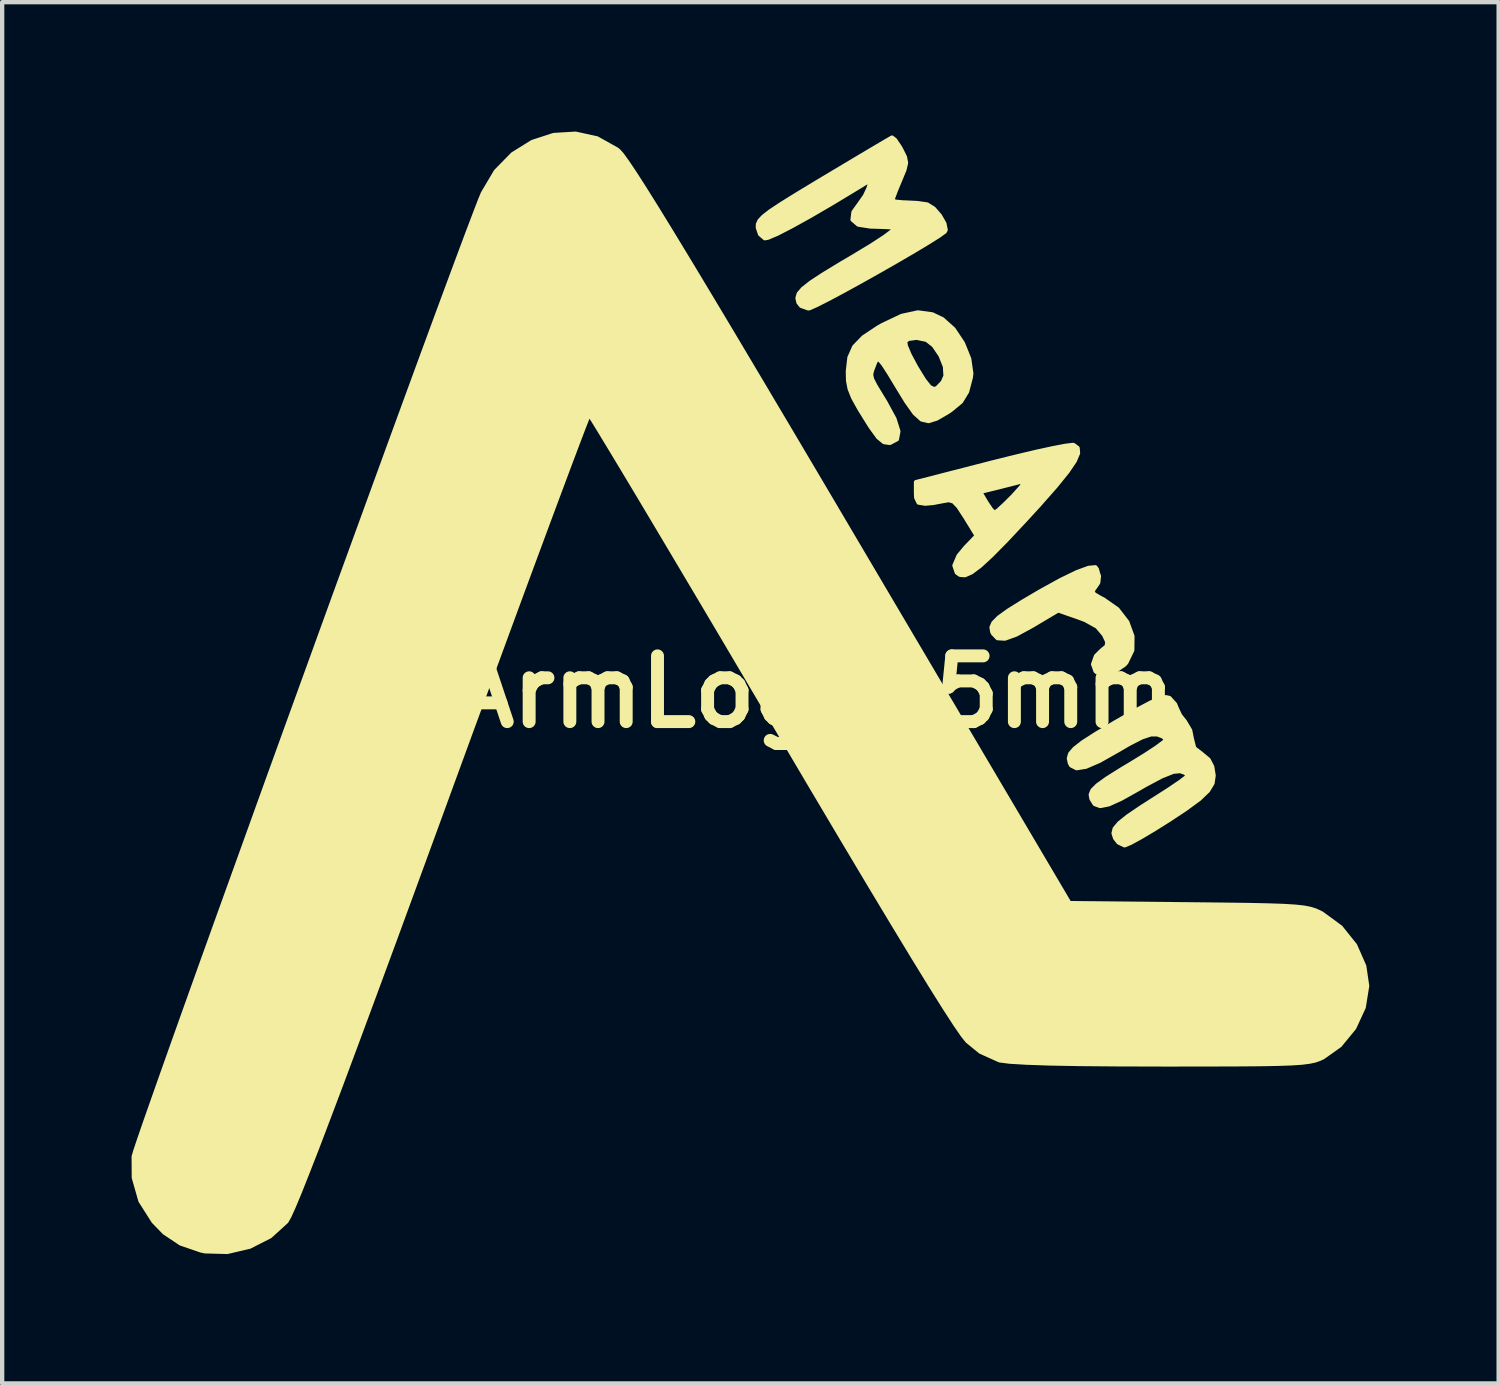
<source format=kicad_pcb>
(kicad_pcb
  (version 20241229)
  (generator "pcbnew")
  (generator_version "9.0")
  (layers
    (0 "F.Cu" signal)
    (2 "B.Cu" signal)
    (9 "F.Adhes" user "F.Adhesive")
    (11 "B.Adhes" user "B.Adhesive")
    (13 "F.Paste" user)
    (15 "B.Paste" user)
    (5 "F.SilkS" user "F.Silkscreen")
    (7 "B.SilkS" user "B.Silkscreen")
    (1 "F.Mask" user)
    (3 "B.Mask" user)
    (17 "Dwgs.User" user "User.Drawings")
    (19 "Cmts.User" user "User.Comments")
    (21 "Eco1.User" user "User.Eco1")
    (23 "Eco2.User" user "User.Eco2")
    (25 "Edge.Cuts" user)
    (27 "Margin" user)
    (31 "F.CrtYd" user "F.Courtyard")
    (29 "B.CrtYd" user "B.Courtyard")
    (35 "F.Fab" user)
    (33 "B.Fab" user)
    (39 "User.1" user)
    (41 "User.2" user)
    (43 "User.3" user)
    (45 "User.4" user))
  (footprint "MeArmLogo25mm"
    (layer "F.Cu")
    (at 14.333 12.989)
    (property "Reference" "MeArmLogo25mm" (at 0 0 0) (layer "F.SilkS") (effects (font (size 1.524 1.524) (thickness 0.3))))
    (attr through_hole)
    (fp_poly (pts (xy 8.868 -1.29) (xy 8.864 -0.965) (xy 8.726 -0.68) (xy 8.682 -0.631) (xy 8.47 -0.486) (xy 8.238 -0.422) (xy 8.05 -0.453) (xy 8.015 -0.48) (xy 7.958 -0.641) (xy 8.024 -0.83) (xy 8.149 -0.955) (xy 8.274 -1.058) (xy 8.287 -1.162) (xy 8.21 -1.326) (xy 8.052 -1.513) (xy 7.778 -1.666) (xy 7.613 -1.728) (xy 7.146 -1.89) (xy 6.537 -1.528) (xy 6.171 -1.329) (xy 5.913 -1.236) (xy 5.742 -1.246) (xy 5.637 -1.356) (xy 5.619 -1.396) (xy 5.603 -1.496) (xy 5.647 -1.599) (xy 5.77 -1.723) (xy 5.989 -1.881) (xy 6.323 -2.09) (xy 6.726 -2.327) (xy 7.196 -2.587) (xy 7.575 -2.771) (xy 7.85 -2.873) (xy 8.009 -2.888) (xy 8.043 -2.843) (xy 8.07 -2.743) (xy 8.091 -2.685) (xy 8.075 -2.533) (xy 8.006 -2.431) (xy 7.939 -2.34) (xy 7.976 -2.265) (xy 8.139 -2.17) (xy 8.191 -2.145) (xy 8.52 -1.915) (xy 8.749 -1.618) (xy 8.868 -1.29)) (stroke (width 0.1) (type solid)) (fill yes) (layer "F.SilkS"))
    (fp_poly (pts (xy 7.607 -5.534) (xy 7.531 -5.355) (xy 7.361 -5.104) (xy 7.088 -4.767) (xy 6.706 -4.333) (xy 6.392 -3.991) (xy 6.363 -3.96) (xy 6.363 -4.867) (xy 6.308 -4.881) (xy 6.125 -4.833) (xy 5.859 -4.766) (xy 5.737 -4.735) (xy 5.336 -4.637) (xy 5.48 -4.393) (xy 5.591 -4.227) (xy 5.669 -4.149) (xy 5.673 -4.149) (xy 5.753 -4.205) (xy 5.912 -4.352) (xy 6.1 -4.539) (xy 6.295 -4.755) (xy 6.363 -4.867) (xy 6.363 -3.96) (xy 5.951 -3.52) (xy 5.604 -3.168) (xy 5.337 -2.922) (xy 5.136 -2.772) (xy 4.986 -2.706) (xy 4.873 -2.714) (xy 4.798 -2.766) (xy 4.743 -2.93) (xy 4.839 -3.154) (xy 5.001 -3.35) (xy 5.261 -3.619) (xy 4.994 -4.053) (xy 4.837 -4.294) (xy 4.722 -4.415) (xy 4.611 -4.447) (xy 4.501 -4.428) (xy 4.243 -4.38) (xy 4.064 -4.364) (xy 3.912 -4.389) (xy 3.857 -4.503) (xy 3.852 -4.611) (xy 3.852 -4.862) (xy 5.618 -5.316) (xy 6.145 -5.447) (xy 6.621 -5.56) (xy 7.02 -5.647) (xy 7.316 -5.703) (xy 7.483 -5.724) (xy 7.507 -5.721) (xy 7.597 -5.652) (xy 7.607 -5.534)) (stroke (width 0.1) (type solid)) (fill yes) (layer "F.SilkS"))
    (fp_poly (pts (xy 5.132 -7.384) (xy 5.122 -7.293) (xy 5.035 -6.96) (xy 4.894 -6.729) (xy 4.652 -6.529) (xy 4.57 -6.476) (xy 4.537 -6.457) (xy 4.537 -7.323) (xy 4.524 -7.542) (xy 4.42 -7.802) (xy 4.263 -8.033) (xy 4.098 -8.162) (xy 3.866 -8.21) (xy 3.672 -8.184) (xy 3.599 -8.129) (xy 3.614 -8.021) (xy 3.702 -7.812) (xy 3.845 -7.545) (xy 3.869 -7.503) (xy 4.043 -7.222) (xy 4.165 -7.069) (xy 4.26 -7.018) (xy 4.338 -7.038) (xy 4.473 -7.178) (xy 4.537 -7.323) (xy 4.537 -6.457) (xy 4.328 -6.336) (xy 4.141 -6.278) (xy 3.981 -6.316) (xy 3.819 -6.463) (xy 3.627 -6.734) (xy 3.438 -7.043) (xy 3.231 -7.385) (xy 3.093 -7.598) (xy 3.006 -7.702) (xy 2.95 -7.714) (xy 2.908 -7.652) (xy 2.883 -7.588) (xy 2.831 -7.453) (xy 2.809 -7.354) (xy 2.831 -7.25) (xy 2.908 -7.1) (xy 3.052 -6.862) (xy 3.137 -6.723) (xy 3.352 -6.328) (xy 3.442 -6.041) (xy 3.408 -5.858) (xy 3.251 -5.775) (xy 3.241 -5.773) (xy 3.111 -5.791) (xy 2.976 -5.902) (xy 2.807 -6.134) (xy 2.767 -6.196) (xy 2.542 -6.558) (xy 2.396 -6.821) (xy 2.314 -7.026) (xy 2.278 -7.214) (xy 2.273 -7.426) (xy 2.273 -7.433) (xy 2.309 -7.748) (xy 2.42 -7.999) (xy 2.634 -8.22) (xy 2.977 -8.448) (xy 3.076 -8.504) (xy 3.522 -8.715) (xy 3.895 -8.796) (xy 4.227 -8.751) (xy 4.463 -8.639) (xy 4.721 -8.408) (xy 4.938 -8.083) (xy 5.084 -7.721) (xy 5.132 -7.384)) (stroke (width 0.1) (type solid)) (fill yes) (layer "F.SilkS"))
    (fp_poly (pts (xy 10.75 1.939) (xy 10.724 2.117) (xy 10.62 2.29) (xy 10.42 2.481) (xy 10.105 2.712) (xy 9.739 2.955) (xy 9.381 3.18) (xy 9.067 3.367) (xy 8.827 3.498) (xy 8.692 3.555) (xy 8.683 3.556) (xy 8.546 3.489) (xy 8.468 3.389) (xy 8.432 3.28) (xy 8.457 3.172) (xy 8.562 3.046) (xy 8.764 2.884) (xy 9.081 2.669) (xy 9.422 2.452) (xy 9.729 2.255) (xy 9.973 2.089) (xy 10.125 1.974) (xy 10.16 1.936) (xy 10.089 1.875) (xy 9.978 1.835) (xy 9.815 1.85) (xy 9.545 1.958) (xy 9.158 2.164) (xy 9.012 2.249) (xy 8.608 2.475) (xy 8.319 2.606) (xy 8.122 2.645) (xy 7.995 2.599) (xy 7.921 2.48) (xy 7.903 2.383) (xy 7.942 2.284) (xy 8.058 2.167) (xy 8.27 2.014) (xy 8.599 1.807) (xy 8.851 1.656) (xy 9.174 1.457) (xy 9.435 1.285) (xy 9.603 1.16) (xy 9.652 1.106) (xy 9.58 1.034) (xy 9.446 0.983) (xy 9.297 0.983) (xy 9.086 1.054) (xy 8.785 1.208) (xy 8.536 1.354) (xy 8.105 1.597) (xy 7.79 1.734) (xy 7.576 1.768) (xy 7.45 1.705) (xy 7.42 1.651) (xy 7.396 1.542) (xy 7.426 1.436) (xy 7.528 1.317) (xy 7.72 1.168) (xy 8.022 0.974) (xy 8.451 0.718) (xy 8.522 0.677) (xy 8.961 0.425) (xy 9.28 0.255) (xy 9.5 0.158) (xy 9.642 0.124) (xy 9.725 0.142) (xy 9.858 0.289) (xy 9.893 0.377) (xy 9.973 0.547) (xy 10.083 0.685) (xy 10.206 0.892) (xy 10.245 1.087) (xy 10.3 1.305) (xy 10.454 1.423) (xy 10.633 1.572) (xy 10.717 1.733) (xy 10.75 1.939)) (stroke (width 0.1) (type solid)) (fill yes) (layer "F.SilkS"))
    (fp_poly (pts (xy 4.538 -10.711) (xy 4.518 -10.671) (xy 4.383 -10.574) (xy 4.136 -10.418) (xy 3.803 -10.218) (xy 3.412 -9.99) (xy 2.99 -9.749) (xy 2.566 -9.511) (xy 2.166 -9.291) (xy 1.818 -9.106) (xy 1.549 -8.969) (xy 1.386 -8.897) (xy 1.357 -8.89) (xy 1.19 -8.949) (xy 1.127 -9.029) (xy 1.105 -9.129) (xy 1.134 -9.23) (xy 1.232 -9.344) (xy 1.415 -9.488) (xy 1.701 -9.676) (xy 2.109 -9.924) (xy 2.371 -10.078) (xy 2.808 -10.342) (xy 3.125 -10.548) (xy 3.312 -10.689) (xy 3.361 -10.76) (xy 3.344 -10.766) (xy 3.155 -10.778) (xy 2.887 -10.787) (xy 2.796 -10.789) (xy 2.514 -10.833) (xy 2.381 -10.947) (xy 2.403 -11.123) (xy 2.523 -11.289) (xy 2.671 -11.5) (xy 2.752 -11.676) (xy 2.814 -11.879) (xy 2.529 -11.704) (xy 1.927 -11.34) (xy 1.401 -11.033) (xy 0.964 -10.791) (xy 0.632 -10.62) (xy 0.417 -10.529) (xy 0.347 -10.517) (xy 0.237 -10.611) (xy 0.186 -10.761) (xy 0.188 -10.84) (xy 0.224 -10.921) (xy 0.313 -11.016) (xy 0.471 -11.139) (xy 0.718 -11.303) (xy 1.071 -11.523) (xy 1.547 -11.811) (xy 1.702 -11.904) (xy 2.161 -12.178) (xy 2.571 -12.423) (xy 2.909 -12.623) (xy 3.153 -12.767) (xy 3.282 -12.842) (xy 3.295 -12.849) (xy 3.364 -12.796) (xy 3.471 -12.638) (xy 3.506 -12.577) (xy 3.594 -12.399) (xy 3.62 -12.263) (xy 3.582 -12.102) (xy 3.483 -11.862) (xy 3.382 -11.619) (xy 3.317 -11.446) (xy 3.302 -11.393) (xy 3.377 -11.362) (xy 3.563 -11.345) (xy 3.619 -11.344) (xy 3.882 -11.331) (xy 4.097 -11.3) (xy 4.113 -11.296) (xy 4.261 -11.204) (xy 4.404 -11.04) (xy 4.508 -10.858) (xy 4.538 -10.711)) (stroke (width 0.1) (type solid)) (fill yes) (layer "F.SilkS"))
    (fp_poly (pts (xy 14.309 6.816) (xy 14.229 7.313) (xy 14.01 7.787) (xy 13.678 8.192) (xy 13.288 8.469) (xy 13.198 8.511) (xy 13.098 8.545) (xy 12.969 8.572) (xy 12.796 8.594) (xy 12.56 8.61) (xy 12.246 8.621) (xy 11.836 8.629) (xy 11.314 8.633) (xy 10.661 8.635) (xy 9.862 8.636) (xy 9.566 8.636) (xy 8.526 8.633) (xy 7.654 8.626) (xy 6.947 8.613) (xy 6.403 8.594) (xy 6.021 8.571) (xy 5.797 8.542) (xy 5.783 8.538) (xy 5.345 8.341) (xy 5.043 8.094) (xy 4.937 7.962) (xy 4.76 7.705) (xy 4.512 7.322) (xy 4.19 6.809) (xy 3.794 6.164) (xy 3.321 5.384) (xy 2.77 4.468) (xy 2.14 3.412) (xy 1.429 2.214) (xy 0.636 0.873) (xy 0.508 0.656) (xy -0.085 -0.347) (xy -0.653 -1.309) (xy -1.192 -2.218) (xy -1.695 -3.065) (xy -2.156 -3.84) (xy -2.569 -4.532) (xy -2.929 -5.133) (xy -3.23 -5.632) (xy -3.465 -6.02) (xy -3.628 -6.286) (xy -3.715 -6.42) (xy -3.727 -6.435) (xy -3.762 -6.357) (xy -3.851 -6.13) (xy -3.991 -5.763) (xy -4.178 -5.267) (xy -4.408 -4.652) (xy -4.678 -3.927) (xy -4.984 -3.102) (xy -5.322 -2.188) (xy -5.688 -1.193) (xy -6.079 -0.129) (xy -6.492 0.995) (xy -6.922 2.17) (xy -7.142 2.773) (xy -7.712 4.33) (xy -8.226 5.732) (xy -8.688 6.984) (xy -9.098 8.091) (xy -9.458 9.057) (xy -9.771 9.886) (xy -10.037 10.585) (xy -10.26 11.157) (xy -10.439 11.607) (xy -10.578 11.94) (xy -10.678 12.16) (xy -10.741 12.272) (xy -10.744 12.276) (xy -11.121 12.619) (xy -11.594 12.86) (xy -12.114 12.982) (xy -12.629 12.968) (xy -12.724 12.948) (xy -13.195 12.786) (xy -13.574 12.533) (xy -13.824 12.275) (xy -14.127 11.798) (xy -14.28 11.261) (xy -14.283 10.772) (xy -14.25 10.658) (xy -14.163 10.396) (xy -14.026 9.998) (xy -13.842 9.474) (xy -13.617 8.837) (xy -13.354 8.096) (xy -13.057 7.263) (xy -12.73 6.35) (xy -12.377 5.368) (xy -12.002 4.327) (xy -11.61 3.24) (xy -11.205 2.116) (xy -10.79 0.969) (xy -10.369 -0.192) (xy -9.947 -1.356) (xy -9.528 -2.51) (xy -9.115 -3.643) (xy -8.713 -4.746) (xy -8.327 -5.805) (xy -7.959 -6.811) (xy -7.614 -7.752) (xy -7.296 -8.616) (xy -7.009 -9.392) (xy -6.757 -10.07) (xy -6.545 -10.638) (xy -6.375 -11.085) (xy -6.254 -11.4) (xy -6.187 -11.561) (xy -5.888 -12.066) (xy -5.498 -12.464) (xy -5.043 -12.747) (xy -4.548 -12.908) (xy -4.041 -12.939) (xy -3.545 -12.831) (xy -3.088 -12.576) (xy -3.041 -12.538) (xy -2.965 -12.453) (xy -2.842 -12.282) (xy -2.666 -12.02) (xy -2.436 -11.661) (xy -2.148 -11.2) (xy -1.8 -10.633) (xy -1.387 -9.953) (xy -0.908 -9.157) (xy -0.358 -8.238) (xy 0.265 -7.191) (xy 0.965 -6.012) (xy 1.744 -4.696) (xy 2.335 -3.695) (xy 7.408 4.898) (xy 10.16 4.925) (xy 10.917 4.933) (xy 11.525 4.941) (xy 12.001 4.951) (xy 12.367 4.963) (xy 12.642 4.98) (xy 12.844 5.002) (xy 12.993 5.031) (xy 13.11 5.068) (xy 13.212 5.114) (xy 13.263 5.141) (xy 13.695 5.458) (xy 14.03 5.876) (xy 14.242 6.358) (xy 14.309 6.816)) (stroke (width 0.1) (type solid)) (fill yes) (layer "F.SilkS")))
  (gr_rect
    (start -3 -3)
    (end 31.691 29.02)
    (stroke (width 0.1) (type default))
    (fill no)
    (layer "Edge.Cuts")))
</source>
